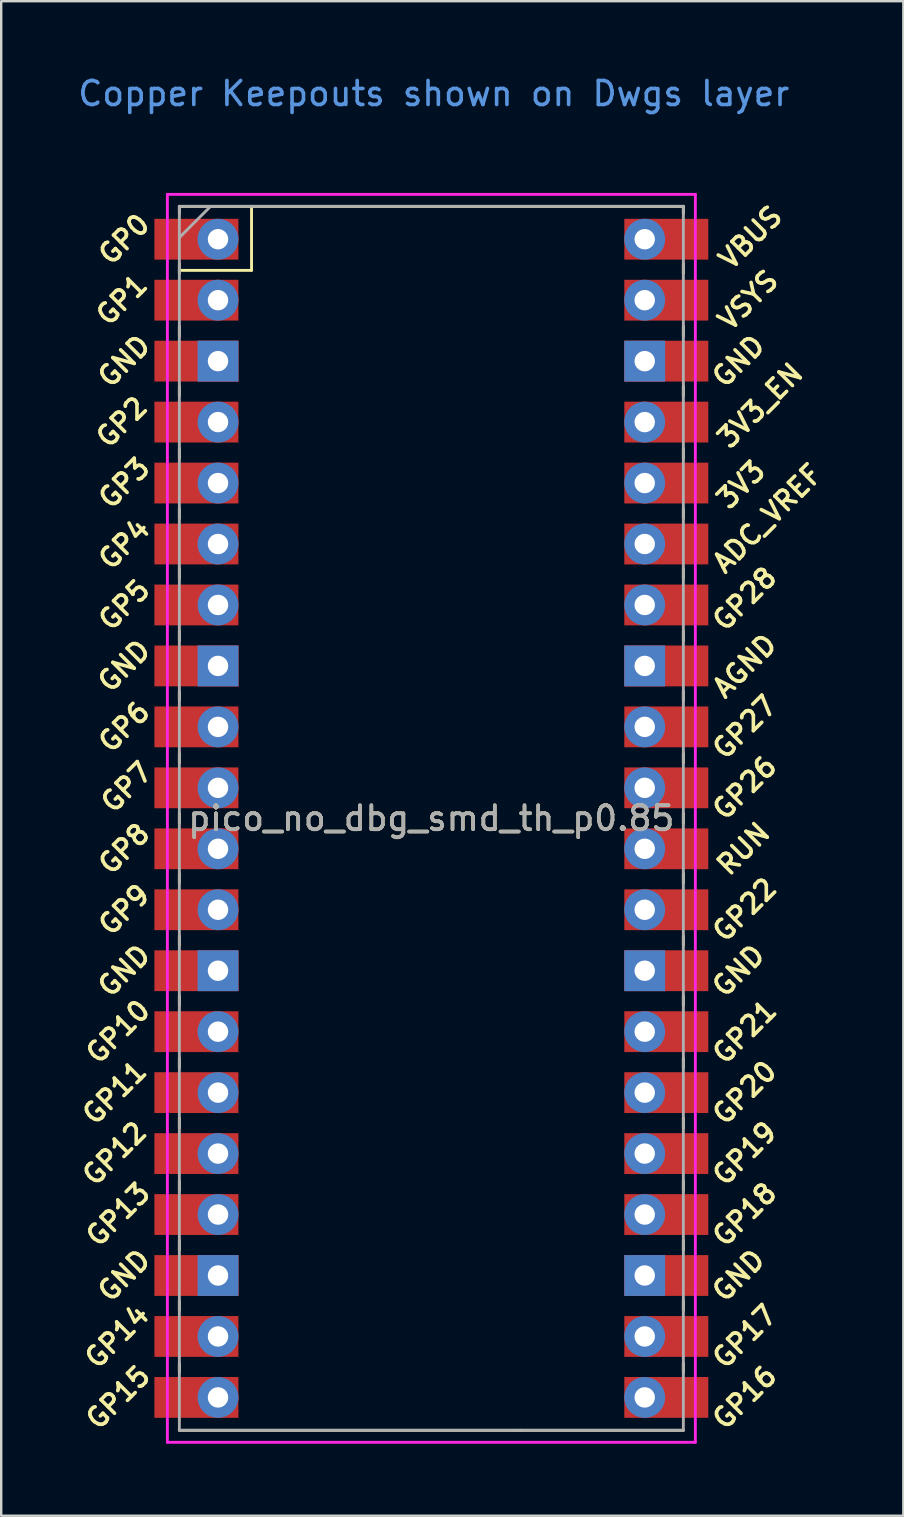
<source format=kicad_pcb>
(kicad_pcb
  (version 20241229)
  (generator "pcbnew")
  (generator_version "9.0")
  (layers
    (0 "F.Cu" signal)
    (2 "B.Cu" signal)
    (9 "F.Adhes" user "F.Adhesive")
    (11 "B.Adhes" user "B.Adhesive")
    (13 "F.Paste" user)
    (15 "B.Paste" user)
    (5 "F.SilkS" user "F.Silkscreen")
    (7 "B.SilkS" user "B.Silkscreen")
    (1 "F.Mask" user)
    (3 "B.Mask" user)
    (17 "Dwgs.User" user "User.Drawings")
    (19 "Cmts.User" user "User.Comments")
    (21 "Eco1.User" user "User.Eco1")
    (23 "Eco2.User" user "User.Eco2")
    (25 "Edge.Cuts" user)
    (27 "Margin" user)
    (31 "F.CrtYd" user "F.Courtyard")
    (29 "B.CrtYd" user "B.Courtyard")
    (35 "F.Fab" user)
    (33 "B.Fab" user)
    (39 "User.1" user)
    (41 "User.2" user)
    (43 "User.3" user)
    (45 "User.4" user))
  (footprint "pico_no_dbg_smd_th_p0.85"
    (layer "F.Cu")
    (at 14.924 31.048)
    (property "Reference" "pico_no_dbg_smd_th_p0.85" (at 0 0 0) (layer "F.SilkS") (effects (font (size 1 1) (thickness 0.15))))
    (attr through_hole)
    (fp_line (start -10.5 -25.5) (end -10.5 -25.2) (stroke (width 0.12) (type solid)) (layer "F.SilkS"))
    (fp_line (start -10.5 -25.5) (end 10.5 -25.5) (stroke (width 0.12) (type solid)) (layer "F.SilkS"))
    (fp_line (start -10.5 -23.1) (end -10.5 -22.7) (stroke (width 0.12) (type solid)) (layer "F.SilkS"))
    (fp_line (start -10.5 -22.833) (end -7.493 -22.833) (stroke (width 0.12) (type solid)) (layer "F.SilkS"))
    (fp_line (start -10.5 -20.5) (end -10.5 -20.1) (stroke (width 0.12) (type solid)) (layer "F.SilkS"))
    (fp_line (start -10.5 -18) (end -10.5 -17.6) (stroke (width 0.12) (type solid)) (layer "F.SilkS"))
    (fp_line (start -10.5 -15.4) (end -10.5 -15) (stroke (width 0.12) (type solid)) (layer "F.SilkS"))
    (fp_line (start -10.5 -12.9) (end -10.5 -12.5) (stroke (width 0.12) (type solid)) (layer "F.SilkS"))
    (fp_line (start -10.5 -10.4) (end -10.5 -10) (stroke (width 0.12) (type solid)) (layer "F.SilkS"))
    (fp_line (start -10.5 -7.8) (end -10.5 -7.4) (stroke (width 0.12) (type solid)) (layer "F.SilkS"))
    (fp_line (start -10.5 -5.3) (end -10.5 -4.9) (stroke (width 0.12) (type solid)) (layer "F.SilkS"))
    (fp_line (start -10.5 -2.7) (end -10.5 -2.3) (stroke (width 0.12) (type solid)) (layer "F.SilkS"))
    (fp_line (start -10.5 -0.2) (end -10.5 0.2) (stroke (width 0.12) (type solid)) (layer "F.SilkS"))
    (fp_line (start -10.5 2.3) (end -10.5 2.7) (stroke (width 0.12) (type solid)) (layer "F.SilkS"))
    (fp_line (start -10.5 4.9) (end -10.5 5.3) (stroke (width 0.12) (type solid)) (layer "F.SilkS"))
    (fp_line (start -10.5 7.4) (end -10.5 7.8) (stroke (width 0.12) (type solid)) (layer "F.SilkS"))
    (fp_line (start -10.5 10) (end -10.5 10.4) (stroke (width 0.12) (type solid)) (layer "F.SilkS"))
    (fp_line (start -10.5 12.5) (end -10.5 12.9) (stroke (width 0.12) (type solid)) (layer "F.SilkS"))
    (fp_line (start -10.5 15.1) (end -10.5 15.5) (stroke (width 0.12) (type solid)) (layer "F.SilkS"))
    (fp_line (start -10.5 17.6) (end -10.5 18) (stroke (width 0.12) (type solid)) (layer "F.SilkS"))
    (fp_line (start -10.5 20.1) (end -10.5 20.5) (stroke (width 0.12) (type solid)) (layer "F.SilkS"))
    (fp_line (start -10.5 22.7) (end -10.5 23.1) (stroke (width 0.12) (type solid)) (layer "F.SilkS"))
    (fp_line (start -7.493 -22.833) (end -7.493 -25.5) (stroke (width 0.12) (type solid)) (layer "F.SilkS"))
    (fp_line (start 3.7 25.5) (end -10.5 25.5) (stroke (width 0.12) (type solid)) (layer "F.SilkS"))
    (fp_line (start 10.5 -25.5) (end 10.5 -25.2) (stroke (width 0.12) (type solid)) (layer "F.SilkS"))
    (fp_line (start 10.5 -23.1) (end 10.5 -22.7) (stroke (width 0.12) (type solid)) (layer "F.SilkS"))
    (fp_line (start 10.5 -20.5) (end 10.5 -20.1) (stroke (width 0.12) (type solid)) (layer "F.SilkS"))
    (fp_line (start 10.5 -18) (end 10.5 -17.6) (stroke (width 0.12) (type solid)) (layer "F.SilkS"))
    (fp_line (start 10.5 -15.4) (end 10.5 -15) (stroke (width 0.12) (type solid)) (layer "F.SilkS"))
    (fp_line (start 10.5 -12.9) (end 10.5 -12.5) (stroke (width 0.12) (type solid)) (layer "F.SilkS"))
    (fp_line (start 10.5 -10.4) (end 10.5 -10) (stroke (width 0.12) (type solid)) (layer "F.SilkS"))
    (fp_line (start 10.5 -7.8) (end 10.5 -7.4) (stroke (width 0.12) (type solid)) (layer "F.SilkS"))
    (fp_line (start 10.5 -5.3) (end 10.5 -4.9) (stroke (width 0.12) (type solid)) (layer "F.SilkS"))
    (fp_line (start 10.5 -2.7) (end 10.5 -2.3) (stroke (width 0.12) (type solid)) (layer "F.SilkS"))
    (fp_line (start 10.5 -0.2) (end 10.5 0.2) (stroke (width 0.12) (type solid)) (layer "F.SilkS"))
    (fp_line (start 10.5 2.3) (end 10.5 2.7) (stroke (width 0.12) (type solid)) (layer "F.SilkS"))
    (fp_line (start 10.5 4.9) (end 10.5 5.3) (stroke (width 0.12) (type solid)) (layer "F.SilkS"))
    (fp_line (start 10.5 7.4) (end 10.5 7.8) (stroke (width 0.12) (type solid)) (layer "F.SilkS"))
    (fp_line (start 10.5 10) (end 10.5 10.4) (stroke (width 0.12) (type solid)) (layer "F.SilkS"))
    (fp_line (start 10.5 12.5) (end 10.5 12.9) (stroke (width 0.12) (type solid)) (layer "F.SilkS"))
    (fp_line (start 10.5 15.1) (end 10.5 15.5) (stroke (width 0.12) (type solid)) (layer "F.SilkS"))
    (fp_line (start 10.5 17.6) (end 10.5 18) (stroke (width 0.12) (type solid)) (layer "F.SilkS"))
    (fp_line (start 10.5 20.1) (end 10.5 20.5) (stroke (width 0.12) (type solid)) (layer "F.SilkS"))
    (fp_line (start 10.5 22.7) (end 10.5 23.1) (stroke (width 0.12) (type solid)) (layer "F.SilkS"))
    (fp_line (start 10.5 25.5) (end 3.7 25.5) (stroke (width 0.12) (type solid)) (layer "F.SilkS"))
    (fp_line (start -11 -26) (end 11 -26) (stroke (width 0.12) (type solid)) (layer "F.CrtYd"))
    (fp_line (start -11 26) (end -11 -26) (stroke (width 0.12) (type solid)) (layer "F.CrtYd"))
    (fp_line (start 11 -26) (end 11 26) (stroke (width 0.12) (type solid)) (layer "F.CrtYd"))
    (fp_line (start 11 26) (end -11 26) (stroke (width 0.12) (type solid)) (layer "F.CrtYd"))
    (fp_line (start -10.5 -25.5) (end 10.5 -25.5) (stroke (width 0.12) (type solid)) (layer "F.Fab"))
    (fp_line (start -10.5 -24.2) (end -9.2 -25.5) (stroke (width 0.12) (type solid)) (layer "F.Fab"))
    (fp_line (start -10.5 25.5) (end -10.5 -25.5) (stroke (width 0.12) (type solid)) (layer "F.Fab"))
    (fp_line (start 10.5 -25.5) (end 10.5 25.5) (stroke (width 0.12) (type solid)) (layer "F.Fab"))
    (fp_line (start 10.5 25.5) (end -10.5 25.5) (stroke (width 0.12) (type solid)) (layer "F.Fab"))
    (fp_text user "GND" (at 12.8 -19.05 45) (layer "F.SilkS") (effects (font (size 0.8 0.8) (thickness 0.15))))
    (fp_text user "GP22" (at 13.054 3.81 45) (layer "F.SilkS") (effects (font (size 0.8 0.8) (thickness 0.15))))
    (fp_text user "3V3_EN" (at 13.7 -17.2 45) (layer "F.SilkS") (effects (font (size 0.8 0.8) (thickness 0.15))))
    (fp_text user "GP20" (at 13.054 11.43 45) (layer "F.SilkS") (effects (font (size 0.8 0.8) (thickness 0.15))))
    (fp_text user "GP0" (at -12.8 -24.13 45) (layer "F.SilkS") (effects (font (size 0.8 0.8) (thickness 0.15))))
    (fp_text user "AGND" (at 13.054 -6.35 45) (layer "F.SilkS") (effects (font (size 0.8 0.8) (thickness 0.15))))
    (fp_text user "GP16" (at 13.054 24.13 45) (layer "F.SilkS") (effects (font (size 0.8 0.8) (thickness 0.15))))
    (fp_text user "GND" (at -12.8 19.05 45) (layer "F.SilkS") (effects (font (size 0.8 0.8) (thickness 0.15))))
    (fp_text user "GP21" (at 13.054 8.9 45) (layer "F.SilkS") (effects (font (size 0.8 0.8) (thickness 0.15))))
    (fp_text user "GP11" (at -13.2 11.43 45) (layer "F.SilkS") (effects (font (size 0.8 0.8) (thickness 0.15))))
    (fp_text user "GP28" (at 13.054 -9.144 45) (layer "F.SilkS") (effects (font (size 0.8 0.8) (thickness 0.15))))
    (fp_text user "VSYS" (at 13.2 -21.59 45) (layer "F.SilkS") (effects (font (size 0.8 0.8) (thickness 0.15))))
    (fp_text user "GND" (at -12.8 -19.05 45) (layer "F.SilkS") (effects (font (size 0.8 0.8) (thickness 0.15))))
    (fp_text user "GP15" (at -13.054 24.13 45) (layer "F.SilkS") (effects (font (size 0.8 0.8) (thickness 0.15))))
    (fp_text user "GP14" (at -13.1 21.59 45) (layer "F.SilkS") (effects (font (size 0.8 0.8) (thickness 0.15))))
    (fp_text user "GND" (at 12.8 19.05 45) (layer "F.SilkS") (effects (font (size 0.8 0.8) (thickness 0.15))))
    (fp_text user "VBUS" (at 13.3 -24.2 45) (layer "F.SilkS") (effects (font (size 0.8 0.8) (thickness 0.15))))
    (fp_text user "GP9" (at -12.8 3.81 45) (layer "F.SilkS") (effects (font (size 0.8 0.8) (thickness 0.15))))
    (fp_text user "GND" (at -12.8 6.35 45) (layer "F.SilkS") (effects (font (size 0.8 0.8) (thickness 0.15))))
    (fp_text user "GP17" (at 13.054 21.59 45) (layer "F.SilkS") (effects (font (size 0.8 0.8) (thickness 0.15))))
    (fp_text user "RUN" (at 13 1.27 45) (layer "F.SilkS") (effects (font (size 0.8 0.8) (thickness 0.15))))
    (fp_text user "GP7" (at -12.7 -1.3 45) (layer "F.SilkS") (effects (font (size 0.8 0.8) (thickness 0.15))))
    (fp_text user "GP5" (at -12.8 -8.89 45) (layer "F.SilkS") (effects (font (size 0.8 0.8) (thickness 0.15))))
    (fp_text user "GP6" (at -12.8 -3.81 45) (layer "F.SilkS") (effects (font (size 0.8 0.8) (thickness 0.15))))
    (fp_text user "GND" (at 12.8 6.35 45) (layer "F.SilkS") (effects (font (size 0.8 0.8) (thickness 0.15))))
    (fp_text user "GP10" (at -13.054 8.89 45) (layer "F.SilkS") (effects (font (size 0.8 0.8) (thickness 0.15))))
    (fp_text user "GP12" (at -13.2 13.97 45) (layer "F.SilkS") (effects (font (size 0.8 0.8) (thickness 0.15))))
    (fp_text user "GP8" (at -12.8 1.27 45) (layer "F.SilkS") (effects (font (size 0.8 0.8) (thickness 0.15))))
    (fp_text user "GP18" (at 13.054 16.51 45) (layer "F.SilkS") (effects (font (size 0.8 0.8) (thickness 0.15))))
    (fp_text user "GP2" (at -12.9 -16.51 45) (layer "F.SilkS") (effects (font (size 0.8 0.8) (thickness 0.15))))
    (fp_text user "GND" (at -12.8 -6.35 45) (layer "F.SilkS") (effects (font (size 0.8 0.8) (thickness 0.15))))
    (fp_text user "GP3" (at -12.8 -13.97 45) (layer "F.SilkS") (effects (font (size 0.8 0.8) (thickness 0.15))))
    (fp_text user "GP26" (at 13.054 -1.27 45) (layer "F.SilkS") (effects (font (size 0.8 0.8) (thickness 0.15))))
    (fp_text user "GP1" (at -12.9 -21.6 45) (layer "F.SilkS") (effects (font (size 0.8 0.8) (thickness 0.15))))
    (fp_text user "GP27" (at 13.054 -3.8 45) (layer "F.SilkS") (effects (font (size 0.8 0.8) (thickness 0.15))))
    (fp_text user "GP19" (at 13.054 13.97 45) (layer "F.SilkS") (effects (font (size 0.8 0.8) (thickness 0.15))))
    (fp_text user "GP13" (at -13.054 16.51 45) (layer "F.SilkS") (effects (font (size 0.8 0.8) (thickness 0.15))))
    (fp_text user "3V3" (at 12.9 -13.9 45) (layer "F.SilkS") (effects (font (size 0.8 0.8) (thickness 0.15))))
    (fp_text user "ADC_VREF" (at 14 -12.5 45) (layer "F.SilkS") (effects (font (size 0.8 0.8) (thickness 0.15))))
    (fp_text user "GP4" (at -12.8 -11.43 45) (layer "F.SilkS") (effects (font (size 0.8 0.8) (thickness 0.15))))
    (fp_text user "Copper Keepouts shown on Dwgs layer" (at 0.1 -30.2 0) (layer "Cmts.User") (effects (font (size 1 1) (thickness 0.15))))
    (fp_text user "${REFERENCE}" (at 0 0 180) (layer "F.Fab") (effects (font (size 1 1) (thickness 0.15))))
    (pad "1" thru_hole oval (at -8.89 -24.13) (size 1.7 1.7) (drill 0.85) (layers "*.Cu" "*.Mask"))
    (pad "1" smd rect (at -8.89 -24.13) (size 3.5 1.7) (drill (offset -0.9 0)) (layers "F.Cu" "F.Mask"))
    (pad "2" thru_hole oval (at -8.89 -21.59) (size 1.7 1.7) (drill 0.85) (layers "*.Cu" "*.Mask"))
    (pad "2" smd rect (at -8.89 -21.59) (size 3.5 1.7) (drill (offset -0.9 0)) (layers "F.Cu" "F.Mask"))
    (pad "3" thru_hole rect (at -8.89 -19.05) (size 1.7 1.7) (drill 0.85) (layers "*.Cu" "*.Mask"))
    (pad "3" smd rect (at -8.89 -19.05) (size 3.5 1.7) (drill (offset -0.9 0)) (layers "F.Cu" "F.Mask"))
    (pad "4" thru_hole oval (at -8.89 -16.51) (size 1.7 1.7) (drill 0.85) (layers "*.Cu" "*.Mask"))
    (pad "4" smd rect (at -8.89 -16.51) (size 3.5 1.7) (drill (offset -0.9 0)) (layers "F.Cu" "F.Mask"))
    (pad "5" thru_hole oval (at -8.89 -13.97) (size 1.7 1.7) (drill 0.85) (layers "*.Cu" "*.Mask"))
    (pad "5" smd rect (at -8.89 -13.97) (size 3.5 1.7) (drill (offset -0.9 0)) (layers "F.Cu" "F.Mask"))
    (pad "6" thru_hole oval (at -8.89 -11.43) (size 1.7 1.7) (drill 0.85) (layers "*.Cu" "*.Mask"))
    (pad "6" smd rect (at -8.89 -11.43) (size 3.5 1.7) (drill (offset -0.9 0)) (layers "F.Cu" "F.Mask"))
    (pad "7" thru_hole oval (at -8.89 -8.89) (size 1.7 1.7) (drill 0.85) (layers "*.Cu" "*.Mask"))
    (pad "7" smd rect (at -8.89 -8.89) (size 3.5 1.7) (drill (offset -0.9 0)) (layers "F.Cu" "F.Mask"))
    (pad "8" thru_hole rect (at -8.89 -6.35) (size 1.7 1.7) (drill 0.85) (layers "*.Cu" "*.Mask"))
    (pad "8" smd rect (at -8.89 -6.35) (size 3.5 1.7) (drill (offset -0.9 0)) (layers "F.Cu" "F.Mask"))
    (pad "9" thru_hole oval (at -8.89 -3.81) (size 1.7 1.7) (drill 0.85) (layers "*.Cu" "*.Mask"))
    (pad "9" smd rect (at -8.89 -3.81) (size 3.5 1.7) (drill (offset -0.9 0)) (layers "F.Cu" "F.Mask"))
    (pad "10" thru_hole oval (at -8.89 -1.27) (size 1.7 1.7) (drill 0.85) (layers "*.Cu" "*.Mask"))
    (pad "10" smd rect (at -8.89 -1.27) (size 3.5 1.7) (drill (offset -0.9 0)) (layers "F.Cu" "F.Mask"))
    (pad "11" thru_hole oval (at -8.89 1.27) (size 1.7 1.7) (drill 0.85) (layers "*.Cu" "*.Mask"))
    (pad "11" smd rect (at -8.89 1.27) (size 3.5 1.7) (drill (offset -0.9 0)) (layers "F.Cu" "F.Mask"))
    (pad "12" thru_hole oval (at -8.89 3.81) (size 1.7 1.7) (drill 0.85) (layers "*.Cu" "*.Mask"))
    (pad "12" smd rect (at -8.89 3.81) (size 3.5 1.7) (drill (offset -0.9 0)) (layers "F.Cu" "F.Mask"))
    (pad "13" thru_hole rect (at -8.89 6.35) (size 1.7 1.7) (drill 0.85) (layers "*.Cu" "*.Mask"))
    (pad "13" smd rect (at -8.89 6.35) (size 3.5 1.7) (drill (offset -0.9 0)) (layers "F.Cu" "F.Mask"))
    (pad "14" thru_hole oval (at -8.89 8.89) (size 1.7 1.7) (drill 0.85) (layers "*.Cu" "*.Mask"))
    (pad "14" smd rect (at -8.89 8.89) (size 3.5 1.7) (drill (offset -0.9 0)) (layers "F.Cu" "F.Mask"))
    (pad "15" thru_hole oval (at -8.89 11.43) (size 1.7 1.7) (drill 0.85) (layers "*.Cu" "*.Mask"))
    (pad "15" smd rect (at -8.89 11.43) (size 3.5 1.7) (drill (offset -0.9 0)) (layers "F.Cu" "F.Mask"))
    (pad "16" thru_hole oval (at -8.89 13.97) (size 1.7 1.7) (drill 0.85) (layers "*.Cu" "*.Mask"))
    (pad "16" smd rect (at -8.89 13.97) (size 3.5 1.7) (drill (offset -0.9 0)) (layers "F.Cu" "F.Mask"))
    (pad "17" thru_hole oval (at -8.89 16.51) (size 1.7 1.7) (drill 0.85) (layers "*.Cu" "*.Mask"))
    (pad "17" smd rect (at -8.89 16.51) (size 3.5 1.7) (drill (offset -0.9 0)) (layers "F.Cu" "F.Mask"))
    (pad "18" thru_hole rect (at -8.89 19.05) (size 1.7 1.7) (drill 0.85) (layers "*.Cu" "*.Mask"))
    (pad "18" smd rect (at -8.89 19.05) (size 3.5 1.7) (drill (offset -0.9 0)) (layers "F.Cu" "F.Mask"))
    (pad "19" thru_hole oval (at -8.89 21.59) (size 1.7 1.7) (drill 0.85) (layers "*.Cu" "*.Mask"))
    (pad "19" smd rect (at -8.89 21.59) (size 3.5 1.7) (drill (offset -0.9 0)) (layers "F.Cu" "F.Mask"))
    (pad "20" thru_hole oval (at -8.89 24.13) (size 1.7 1.7) (drill 0.85) (layers "*.Cu" "*.Mask"))
    (pad "20" smd rect (at -8.89 24.13) (size 3.5 1.7) (drill (offset -0.9 0)) (layers "F.Cu" "F.Mask"))
    (pad "21" thru_hole oval (at 8.89 24.13) (size 1.7 1.7) (drill 0.85) (layers "*.Cu" "*.Mask"))
    (pad "21" smd rect (at 8.89 24.13) (size 3.5 1.7) (drill (offset 0.9 0)) (layers "F.Cu" "F.Mask"))
    (pad "22" thru_hole oval (at 8.89 21.59) (size 1.7 1.7) (drill 0.85) (layers "*.Cu" "*.Mask"))
    (pad "22" smd rect (at 8.89 21.59) (size 3.5 1.7) (drill (offset 0.9 0)) (layers "F.Cu" "F.Mask"))
    (pad "23" thru_hole rect (at 8.89 19.05) (size 1.7 1.7) (drill 0.85) (layers "*.Cu" "*.Mask"))
    (pad "23" smd rect (at 8.89 19.05) (size 3.5 1.7) (drill (offset 0.9 0)) (layers "F.Cu" "F.Mask"))
    (pad "24" thru_hole oval (at 8.89 16.51) (size 1.7 1.7) (drill 0.85) (layers "*.Cu" "*.Mask"))
    (pad "24" smd rect (at 8.89 16.51) (size 3.5 1.7) (drill (offset 0.9 0)) (layers "F.Cu" "F.Mask"))
    (pad "25" thru_hole oval (at 8.89 13.97) (size 1.7 1.7) (drill 0.85) (layers "*.Cu" "*.Mask"))
    (pad "25" smd rect (at 8.89 13.97) (size 3.5 1.7) (drill (offset 0.9 0)) (layers "F.Cu" "F.Mask"))
    (pad "26" thru_hole oval (at 8.89 11.43) (size 1.7 1.7) (drill 0.85) (layers "*.Cu" "*.Mask"))
    (pad "26" smd rect (at 8.89 11.43) (size 3.5 1.7) (drill (offset 0.9 0)) (layers "F.Cu" "F.Mask"))
    (pad "27" thru_hole oval (at 8.89 8.89) (size 1.7 1.7) (drill 0.85) (layers "*.Cu" "*.Mask"))
    (pad "27" smd rect (at 8.89 8.89) (size 3.5 1.7) (drill (offset 0.9 0)) (layers "F.Cu" "F.Mask"))
    (pad "28" thru_hole rect (at 8.89 6.35) (size 1.7 1.7) (drill 0.85) (layers "*.Cu" "*.Mask"))
    (pad "28" smd rect (at 8.89 6.35) (size 3.5 1.7) (drill (offset 0.9 0)) (layers "F.Cu" "F.Mask"))
    (pad "29" thru_hole oval (at 8.89 3.81) (size 1.7 1.7) (drill 0.85) (layers "*.Cu" "*.Mask"))
    (pad "29" smd rect (at 8.89 3.81) (size 3.5 1.7) (drill (offset 0.9 0)) (layers "F.Cu" "F.Mask"))
    (pad "30" thru_hole oval (at 8.89 1.27) (size 1.7 1.7) (drill 0.85) (layers "*.Cu" "*.Mask"))
    (pad "30" smd rect (at 8.89 1.27) (size 3.5 1.7) (drill (offset 0.9 0)) (layers "F.Cu" "F.Mask"))
    (pad "31" thru_hole oval (at 8.89 -1.27) (size 1.7 1.7) (drill 0.85) (layers "*.Cu" "*.Mask"))
    (pad "31" smd rect (at 8.89 -1.27) (size 3.5 1.7) (drill (offset 0.9 0)) (layers "F.Cu" "F.Mask"))
    (pad "32" thru_hole oval (at 8.89 -3.81) (size 1.7 1.7) (drill 0.85) (layers "*.Cu" "*.Mask"))
    (pad "32" smd rect (at 8.89 -3.81) (size 3.5 1.7) (drill (offset 0.9 0)) (layers "F.Cu" "F.Mask"))
    (pad "33" thru_hole rect (at 8.89 -6.35) (size 1.7 1.7) (drill 0.85) (layers "*.Cu" "*.Mask"))
    (pad "33" smd rect (at 8.89 -6.35) (size 3.5 1.7) (drill (offset 0.9 0)) (layers "F.Cu" "F.Mask"))
    (pad "34" thru_hole oval (at 8.89 -8.89) (size 1.7 1.7) (drill 0.85) (layers "*.Cu" "*.Mask"))
    (pad "34" smd rect (at 8.89 -8.89) (size 3.5 1.7) (drill (offset 0.9 0)) (layers "F.Cu" "F.Mask"))
    (pad "35" thru_hole oval (at 8.89 -11.43) (size 1.7 1.7) (drill 0.85) (layers "*.Cu" "*.Mask"))
    (pad "35" smd rect (at 8.89 -11.43) (size 3.5 1.7) (drill (offset 0.9 0)) (layers "F.Cu" "F.Mask"))
    (pad "36" thru_hole oval (at 8.89 -13.97) (size 1.7 1.7) (drill 0.85) (layers "*.Cu" "*.Mask"))
    (pad "36" smd rect (at 8.89 -13.97) (size 3.5 1.7) (drill (offset 0.9 0)) (layers "F.Cu" "F.Mask"))
    (pad "37" thru_hole oval (at 8.89 -16.51) (size 1.7 1.7) (drill 0.85) (layers "*.Cu" "*.Mask"))
    (pad "37" smd rect (at 8.89 -16.51) (size 3.5 1.7) (drill (offset 0.9 0)) (layers "F.Cu" "F.Mask"))
    (pad "38" thru_hole rect (at 8.89 -19.05) (size 1.7 1.7) (drill 0.85) (layers "*.Cu" "*.Mask"))
    (pad "38" smd rect (at 8.89 -19.05) (size 3.5 1.7) (drill (offset 0.9 0)) (layers "F.Cu" "F.Mask"))
    (pad "39" thru_hole oval (at 8.89 -21.59) (size 1.7 1.7) (drill 0.85) (layers "*.Cu" "*.Mask"))
    (pad "39" smd rect (at 8.89 -21.59) (size 3.5 1.7) (drill (offset 0.9 0)) (layers "F.Cu" "F.Mask"))
    (pad "40" thru_hole oval (at 8.89 -24.13) (size 1.7 1.7) (drill 0.85) (layers "*.Cu" "*.Mask"))
    (pad "40" smd rect (at 8.89 -24.13) (size 3.5 1.7) (drill (offset 0.9 0)) (layers "F.Cu" "F.Mask")))
  (gr_rect
    (start -3 -3)
    (end 34.591 60.108)
    (stroke (width 0.1) (type default))
    (fill no)
    (layer "Edge.Cuts")))
</source>
